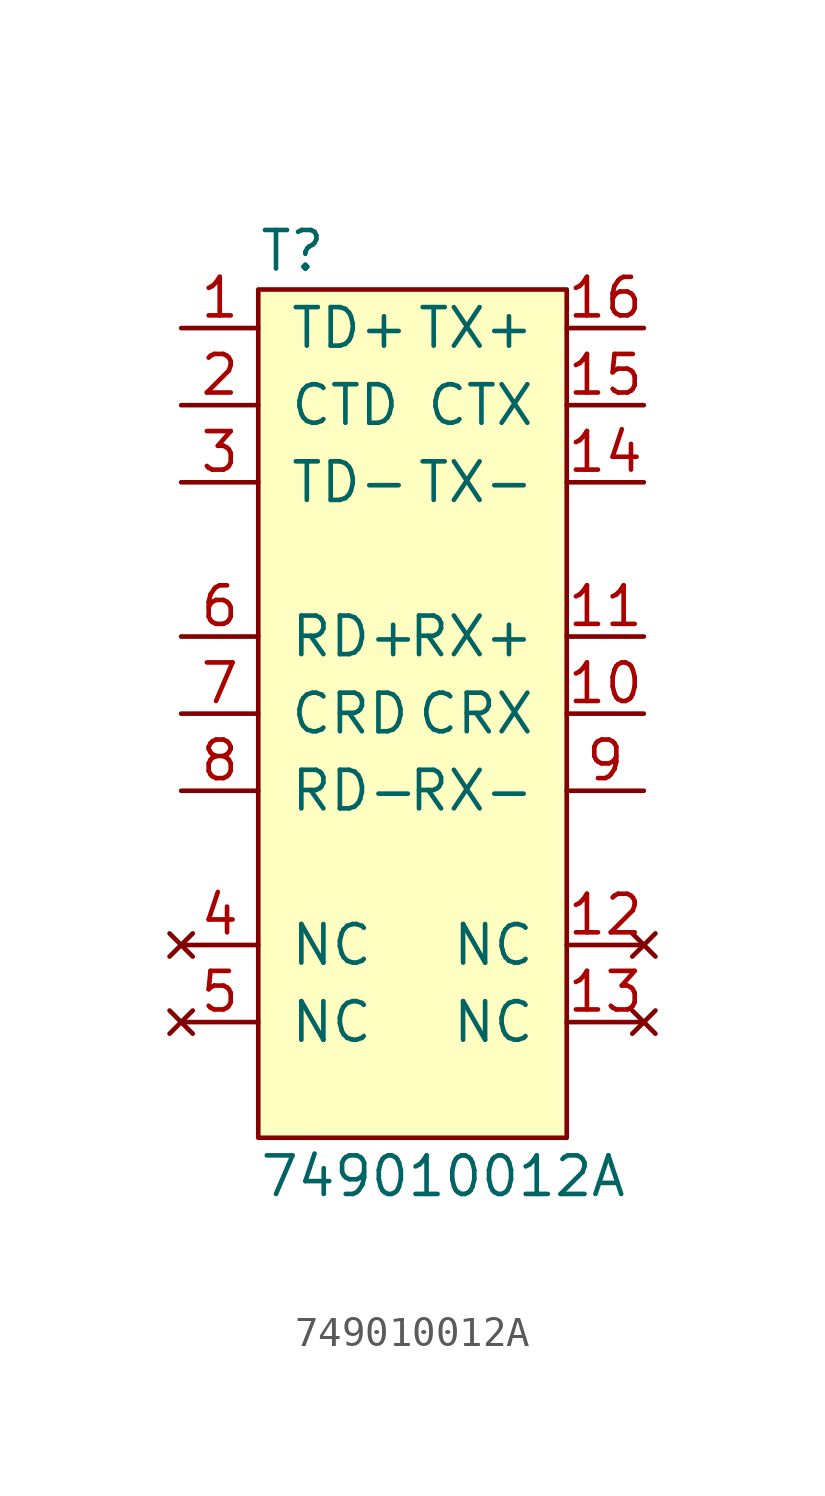
<source format=kicad_sym>
(kicad_symbol_lib
  (version 20211014)
  (generator agg_kicad.build_lib_ic)
  (symbol "749010012A"
    (pin_names
      (offset 1.016))
    (property Reference T
      (at -5.08 15.24 0)
      (effects (font (size 1.27 1.27)) (justify left)))
    (property Value "749010012A"
      (at -5.08 -15.24 0)
      (effects (font (size 1.27 1.27)) (justify left)))
    (symbol "749010012A_0_0"
      (rectangle (start -5.08 13.97) (end 5.08 -13.97) (stroke (width 0) (type default) (color 0 0 0 0)) (fill (type background)))
      (pin passive line (at -7.62 12.7 0) (length 2.54) (name "TD+" (effects (font (size 1.27 1.27)))) (number "1" (effects (font (size 1.27 1.27)))))
      (pin passive line (at -7.62 10.16 0) (length 2.54) (name CTD (effects (font (size 1.27 1.27)))) (number "2" (effects (font (size 1.27 1.27)))))
      (pin passive line (at -7.62 7.62 0) (length 2.54) (name "TD-" (effects (font (size 1.27 1.27)))) (number "3" (effects (font (size 1.27 1.27)))))
      (pin passive line (at -7.62 2.54 0) (length 2.54) (name "RD+" (effects (font (size 1.27 1.27)))) (number "6" (effects (font (size 1.27 1.27)))))
      (pin passive line (at -7.62 0 0) (length 2.54) (name CRD (effects (font (size 1.27 1.27)))) (number "7" (effects (font (size 1.27 1.27)))))
      (pin passive line (at -7.62 -2.54 0) (length 2.54) (name "RD-" (effects (font (size 1.27 1.27)))) (number "8" (effects (font (size 1.27 1.27)))))
      (pin no_connect line (at -7.62 -7.62 0) (length 2.54) (name NC (effects (font (size 1.27 1.27)))) (number "4" (effects (font (size 1.27 1.27)))))
      (pin no_connect line (at -7.62 -10.16 0) (length 2.54) (name NC (effects (font (size 1.27 1.27)))) (number "5" (effects (font (size 1.27 1.27)))))
      (pin passive line (at 7.62 12.7 180) (length 2.54) (name "TX+" (effects (font (size 1.27 1.27)))) (number "16" (effects (font (size 1.27 1.27)))))
      (pin passive line (at 7.62 10.16 180) (length 2.54) (name CTX (effects (font (size 1.27 1.27)))) (number "15" (effects (font (size 1.27 1.27)))))
      (pin passive line (at 7.62 7.62 180) (length 2.54) (name "TX-" (effects (font (size 1.27 1.27)))) (number "14" (effects (font (size 1.27 1.27)))))
      (pin passive line (at 7.62 2.54 180) (length 2.54) (name "RX+" (effects (font (size 1.27 1.27)))) (number "11" (effects (font (size 1.27 1.27)))))
      (pin passive line (at 7.62 0 180) (length 2.54) (name CRX (effects (font (size 1.27 1.27)))) (number "10" (effects (font (size 1.27 1.27)))))
      (pin passive line (at 7.62 -2.54 180) (length 2.54) (name "RX-" (effects (font (size 1.27 1.27)))) (number "9" (effects (font (size 1.27 1.27)))))
      (pin no_connect line (at 7.62 -7.62 180) (length 2.54) (name NC (effects (font (size 1.27 1.27)))) (number "12" (effects (font (size 1.27 1.27)))))
      (pin no_connect line (at 7.62 -10.16 180) (length 2.54) (name NC (effects (font (size 1.27 1.27)))) (number "13" (effects (font (size 1.27 1.27))))))))
</source>
